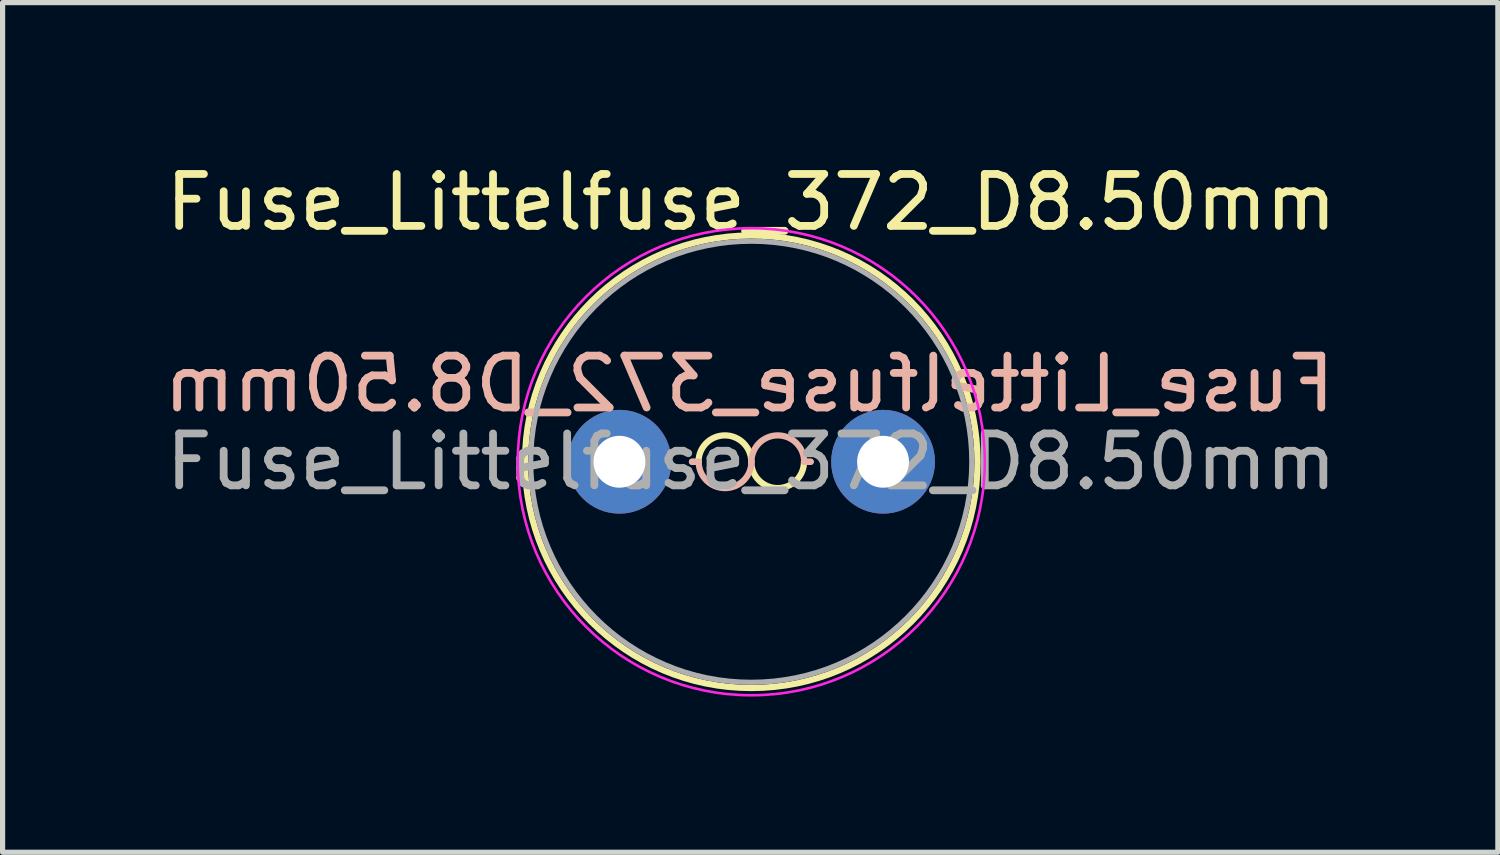
<source format=kicad_pcb>
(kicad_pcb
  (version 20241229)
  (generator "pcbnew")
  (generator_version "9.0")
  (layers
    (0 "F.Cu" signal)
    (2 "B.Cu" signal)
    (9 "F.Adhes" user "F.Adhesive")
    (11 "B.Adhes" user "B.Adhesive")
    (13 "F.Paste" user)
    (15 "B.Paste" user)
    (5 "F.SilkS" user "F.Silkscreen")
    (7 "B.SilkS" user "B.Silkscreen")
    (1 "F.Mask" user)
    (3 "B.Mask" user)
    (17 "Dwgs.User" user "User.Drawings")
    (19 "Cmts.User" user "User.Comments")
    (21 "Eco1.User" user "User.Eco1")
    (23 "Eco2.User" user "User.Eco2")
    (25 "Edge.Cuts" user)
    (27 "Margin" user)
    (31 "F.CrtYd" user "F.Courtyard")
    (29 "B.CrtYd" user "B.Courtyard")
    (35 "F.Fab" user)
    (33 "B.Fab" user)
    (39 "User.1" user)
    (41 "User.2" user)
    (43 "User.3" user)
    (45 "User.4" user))
  (footprint "Fuse_Littelfuse_372_D8.50mm"
    (layer "F.Cu")
    (at 8.887 5.848)
    (property "Reference" "Fuse_Littelfuse_372_D8.50mm" (at 2.54 -5 0) (layer "F.SilkS") (effects (font (size 1 1) (thickness 0.15))))
    (fp_line (start 1.524 0) (end 1.397 0) (stroke (width 0.12) (type solid)) (layer "F.SilkS"))
    (fp_line (start 3.556 0) (end 3.683 0) (stroke (width 0.12) (type solid)) (layer "F.SilkS"))
    (fp_arc (start 1.524 0) (mid 2.032 -0.508) (end 2.54 0) (stroke (width 0.12) (type solid)) (layer "F.SilkS"))
    (fp_arc (start 3.556 0) (mid 3.048 0.508) (end 2.54 0) (stroke (width 0.12) (type solid)) (layer "F.SilkS"))
    (fp_circle (center 2.54 0) (end 6.9 0) (stroke (width 0.12) (type solid)) (fill no) (layer "F.SilkS"))
    (fp_line (start 1.527 0) (end 1.4 0) (stroke (width 0.12) (type solid)) (layer "B.SilkS"))
    (fp_line (start 3.559 0) (end 3.686 0) (stroke (width 0.12) (type solid)) (layer "B.SilkS"))
    (fp_arc (start 2.543 0) (mid 2.035 0.508) (end 1.527 0) (stroke (width 0.12) (type solid)) (layer "B.SilkS"))
    (fp_arc (start 2.543 0) (mid 3.051 -0.508) (end 3.559 0) (stroke (width 0.12) (type solid)) (layer "B.SilkS"))
    (fp_circle (center 2.54 0) (end 7.04 0) (stroke (width 0.05) (type solid)) (fill no) (layer "F.CrtYd"))
    (fp_circle (center 2.54 0) (end 6.79 0) (stroke (width 0.1) (type solid)) (fill no) (layer "F.Fab"))
    (fp_text user "${REFERENCE}" (at 2.5 -1.5 0) (layer "B.SilkS") (effects (font (size 1 1) (thickness 0.15)) (justify mirror)))
    (fp_text user "${REFERENCE}" (at 2.54 0 0) (layer "F.Fab") (effects (font (size 1 1) (thickness 0.15))))
    (pad "1" thru_hole circle (at 0 0) (size 2 2) (drill 1) (layers "*.Cu" "*.Mask"))
    (pad "2" thru_hole circle (at 5.08 0) (size 2 2) (drill 1) (layers "*.Cu" "*.Mask")))
  (gr_rect
    (start -3 -3)
    (end 25.814 13.373)
    (stroke (width 0.1) (type default))
    (fill no)
    (layer "Edge.Cuts")))
</source>
